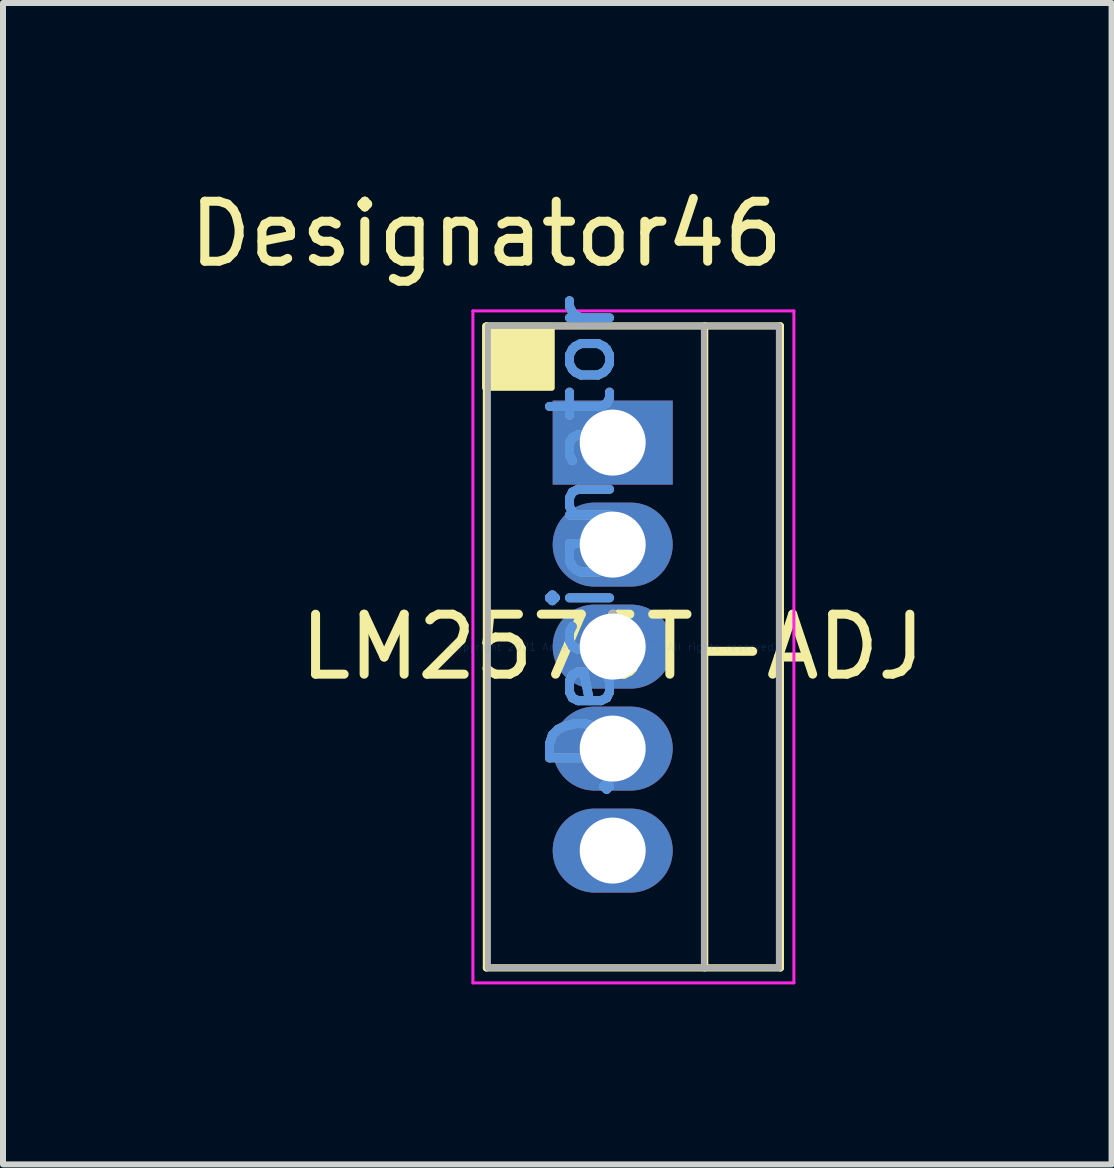
<source format=kicad_pcb>
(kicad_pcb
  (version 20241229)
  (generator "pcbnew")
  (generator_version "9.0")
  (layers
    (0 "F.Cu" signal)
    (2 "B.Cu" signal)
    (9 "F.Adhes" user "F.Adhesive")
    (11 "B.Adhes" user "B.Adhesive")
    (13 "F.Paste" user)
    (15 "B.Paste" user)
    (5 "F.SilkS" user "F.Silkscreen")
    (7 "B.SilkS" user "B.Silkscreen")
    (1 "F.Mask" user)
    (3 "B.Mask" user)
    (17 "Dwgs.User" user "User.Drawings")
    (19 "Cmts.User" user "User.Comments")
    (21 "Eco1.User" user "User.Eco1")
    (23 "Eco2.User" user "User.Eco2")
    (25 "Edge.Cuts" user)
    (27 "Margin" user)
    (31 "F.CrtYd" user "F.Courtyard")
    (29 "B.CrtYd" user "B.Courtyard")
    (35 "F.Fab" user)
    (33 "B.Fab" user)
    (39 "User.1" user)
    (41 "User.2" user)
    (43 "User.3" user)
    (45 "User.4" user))
  (footprint "LM2576T-ADJ"
    (layer "F.Cu")
    (at 7.162 7.732)
    (property "Reference" "LM2576T-ADJ" (at 0 0 0) (layer "F.SilkS") (effects (font (size 1 1) (thickness 0.15))))
    (attr through_hole)
    (fp_line (start -2.105 -5.35) (end 2.795 -5.35) (stroke (width 0.12) (type solid)) (layer "F.SilkS"))
    (fp_line (start -2.105 5.35) (end -2.105 -5.35) (stroke (width 0.12) (type solid)) (layer "F.SilkS"))
    (fp_line (start -2.105 5.35) (end 2.795 5.35) (stroke (width 0.12) (type solid)) (layer "F.SilkS"))
    (fp_line (start 1.533 5.35) (end 1.533 -5.35) (stroke (width 0.12) (type solid)) (layer "F.SilkS"))
    (fp_line (start 2.795 5.35) (end 2.795 -5.35) (stroke (width 0.12) (type solid)) (layer "F.SilkS"))
    (fp_poly (pts (xy -2.127 -4.318) (xy -1.016 -4.318) (xy -1.016 -5.35) (xy -2.127 -5.35)) (stroke (width 0.1) (type solid)) (fill yes) (layer "F.SilkS"))
    (fp_line (start -2.33 -5.6) (end 3.02 -5.6) (stroke (width 0.05) (type solid)) (layer "F.CrtYd"))
    (fp_line (start -2.33 5.6) (end -2.33 -5.6) (stroke (width 0.05) (type solid)) (layer "F.CrtYd"))
    (fp_line (start -2.33 5.6) (end 3.02 5.6) (stroke (width 0.05) (type solid)) (layer "F.CrtYd"))
    (fp_line (start -0.5 0) (end 0.5 0) (stroke (width 0.05) (type solid)) (layer "F.CrtYd"))
    (fp_line (start 0 0.5) (end 0 -0.5) (stroke (width 0.05) (type solid)) (layer "F.CrtYd"))
    (fp_line (start 3.02 5.6) (end 3.02 -5.6) (stroke (width 0.05) (type solid)) (layer "F.CrtYd"))
    (fp_line (start -2.08 -5.35) (end 2.77 -5.35) (stroke (width 0.1) (type solid)) (layer "F.Fab"))
    (fp_line (start -2.08 5.35) (end -2.08 -5.35) (stroke (width 0.1) (type solid)) (layer "F.Fab"))
    (fp_line (start -2.08 5.35) (end 2.77 5.35) (stroke (width 0.1) (type solid)) (layer "F.Fab"))
    (fp_line (start 1.52 5.35) (end 1.52 -5.35) (stroke (width 0.1) (type solid)) (layer "F.Fab"))
    (fp_line (start 2.77 5.35) (end 2.77 -5.35) (stroke (width 0.1) (type solid)) (layer "F.Fab"))
    (fp_text user "Designator46" (at -2.108 -6.883 0) (layer "F.SilkS") (effects (font (size 1 1) (thickness 0.15))))
    (fp_text user "*" (at 0 0 0) (layer "F.SilkS") (effects (font (size 1 1) (thickness 0.15))))
    (fp_text user "Copyright 2021 Accelerated Designs. All rights reserved." (at 0 0 0) (layer "Cmts.User") (effects (font (size 0.127 0.127) (thickness 0.002))))
    (fp_text user ".Designator" (at -0.508 -1.651 270) (layer "Cmts.User") (effects (font (size 1 1) (thickness 0.15))))
    (fp_text user "*" (at 0 0 0) (layer "F.Fab") (effects (font (size 1 1) (thickness 0.15))))
    (fp_text user ".Designator" (at -0.508 -1.651 270) (layer "F.Fab") (effects (font (size 1 1) (thickness 0.15))))
    (pad "1" thru_hole rect (at 0 -3.405) (size 2 1.4) (drill 1.1) (layers "*.Cu" "*.Mask"))
    (pad "2" thru_hole oval (at 0 -1.705) (size 2 1.4) (drill 1.1) (layers "*.Cu" "*.Mask"))
    (pad "3" thru_hole oval (at 0 -0.005) (size 2 1.4) (drill 1.1) (layers "*.Cu" "*.Mask"))
    (pad "4" thru_hole oval (at 0 1.695) (size 2 1.4) (drill 1.1) (layers "*.Cu" "*.Mask"))
    (pad "5" thru_hole oval (at 0 3.395) (size 2 1.4) (drill 1.1) (layers "*.Cu" "*.Mask")))
  (gr_rect
    (start -3 -3)
    (end 15.477 16.357)
    (stroke (width 0.1) (type default))
    (fill no)
    (layer "Edge.Cuts")))
</source>
